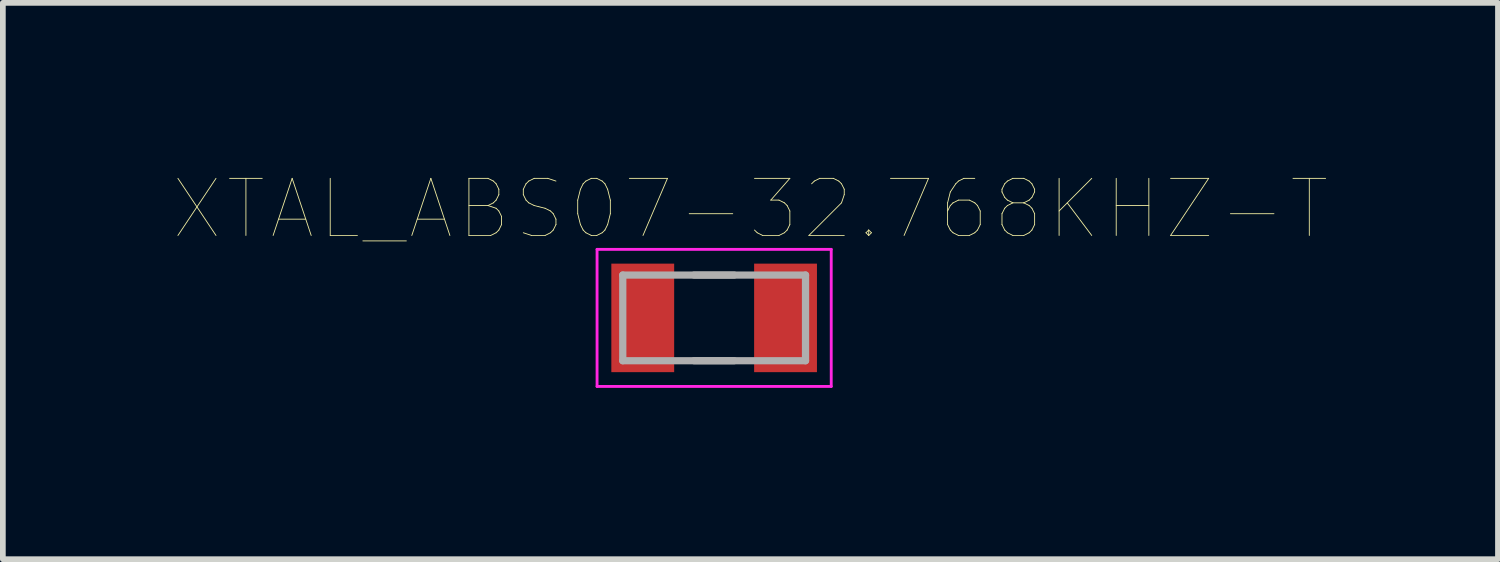
<source format=kicad_pcb>
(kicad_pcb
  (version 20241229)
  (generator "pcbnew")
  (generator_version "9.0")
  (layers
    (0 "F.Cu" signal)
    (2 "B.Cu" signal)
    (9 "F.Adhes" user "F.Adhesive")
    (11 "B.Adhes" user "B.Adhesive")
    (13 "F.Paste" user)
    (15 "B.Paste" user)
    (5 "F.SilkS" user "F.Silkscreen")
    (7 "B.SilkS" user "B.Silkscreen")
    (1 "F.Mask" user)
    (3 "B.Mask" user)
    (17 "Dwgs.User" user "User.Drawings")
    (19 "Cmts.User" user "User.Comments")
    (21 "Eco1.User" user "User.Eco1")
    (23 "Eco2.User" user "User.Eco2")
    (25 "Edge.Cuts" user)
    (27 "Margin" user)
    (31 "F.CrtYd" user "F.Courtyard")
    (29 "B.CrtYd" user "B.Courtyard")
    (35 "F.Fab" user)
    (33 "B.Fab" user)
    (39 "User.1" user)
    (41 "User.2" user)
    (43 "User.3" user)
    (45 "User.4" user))
  (footprint "XTAL_ABS07-32.768KHZ-T"
    (layer "F.Cu")
    (at 9.454 2.516)
    (property "Reference" "XTAL_ABS07-32.768KHZ-T" (at 0.635 -1.905 0) (layer "F.SilkS") (effects (font (size 1 1) (thickness 0.015))))
    (attr through_hole)
    (fp_line (start -2.05 -1.2) (end 2.05 -1.2) (stroke (width 0.05) (type solid)) (layer "F.CrtYd"))
    (fp_line (start -2.05 1.2) (end -2.05 -1.2) (stroke (width 0.05) (type solid)) (layer "F.CrtYd"))
    (fp_line (start 2.05 -1.2) (end 2.05 1.2) (stroke (width 0.05) (type solid)) (layer "F.CrtYd"))
    (fp_line (start 2.05 1.2) (end -2.05 1.2) (stroke (width 0.05) (type solid)) (layer "F.CrtYd"))
    (fp_line (start -1.6 -0.75) (end 1.6 -0.75) (stroke (width 0.127) (type solid)) (layer "F.Fab"))
    (fp_line (start -1.6 0.75) (end -1.6 -0.75) (stroke (width 0.127) (type solid)) (layer "F.Fab"))
    (fp_line (start -0.35 -0.75) (end 0.35 -0.75) (stroke (width 0.127) (type solid)) (layer "F.Fab"))
    (fp_line (start -0.35 0.75) (end 0.35 0.75) (stroke (width 0.127) (type solid)) (layer "F.Fab"))
    (fp_line (start 1.6 -0.75) (end 1.6 0.75) (stroke (width 0.127) (type solid)) (layer "F.Fab"))
    (fp_line (start 1.6 0.75) (end -1.6 0.75) (stroke (width 0.127) (type solid)) (layer "F.Fab"))
    (pad "1" smd rect (at -1.25 0) (size 1.1 1.9) (layers "F.Cu" "F.Mask" "F.Paste"))
    (pad "2" smd rect (at 1.25 0) (size 1.1 1.9) (layers "F.Cu" "F.Mask" "F.Paste")))
  (gr_rect
    (start -3 -3)
    (end 23.178 6.741)
    (stroke (width 0.1) (type default))
    (fill no)
    (layer "Edge.Cuts")))
</source>
